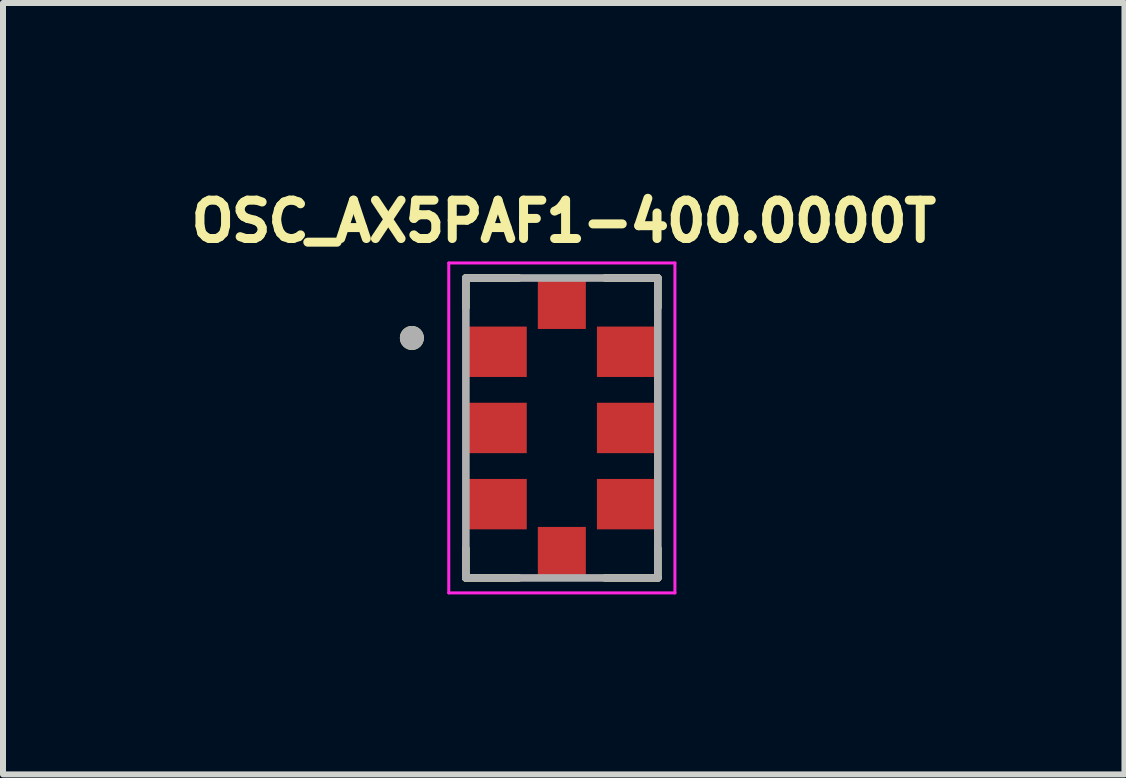
<source format=kicad_pcb>
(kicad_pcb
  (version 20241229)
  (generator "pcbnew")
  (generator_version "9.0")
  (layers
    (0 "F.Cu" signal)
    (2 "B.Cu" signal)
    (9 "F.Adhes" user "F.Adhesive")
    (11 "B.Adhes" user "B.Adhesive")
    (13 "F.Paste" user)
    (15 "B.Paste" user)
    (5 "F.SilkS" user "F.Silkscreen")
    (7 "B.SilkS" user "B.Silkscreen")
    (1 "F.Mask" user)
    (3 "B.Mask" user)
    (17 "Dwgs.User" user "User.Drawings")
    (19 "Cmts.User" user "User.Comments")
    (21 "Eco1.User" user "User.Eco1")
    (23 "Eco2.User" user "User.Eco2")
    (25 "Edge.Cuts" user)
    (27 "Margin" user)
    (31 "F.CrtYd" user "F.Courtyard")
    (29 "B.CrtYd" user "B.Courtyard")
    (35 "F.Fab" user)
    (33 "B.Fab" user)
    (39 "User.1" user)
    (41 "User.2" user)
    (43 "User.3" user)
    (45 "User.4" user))
  (footprint "OSC_AX5PAF1-400.0000T"
    (layer "F.Cu")
    (at 6.316 4.084)
    (property "Reference" "OSC_AX5PAF1-400.0000T" (at 0.032 -3.446 0) (layer "F.SilkS") (effects (font (size 0.64 0.64) (thickness 0.15))))
    (attr smd)
    (fp_line (start -1.6 -2.5) (end -1.6 -2.01) (stroke (width 0.127) (type solid)) (layer "F.SilkS"))
    (fp_line (start -1.6 2.01) (end -1.6 2.5) (stroke (width 0.127) (type solid)) (layer "F.SilkS"))
    (fp_line (start -1.6 2.5) (end -0.72 2.5) (stroke (width 0.127) (type solid)) (layer "F.SilkS"))
    (fp_line (start -0.72 -2.5) (end -1.6 -2.5) (stroke (width 0.127) (type solid)) (layer "F.SilkS"))
    (fp_line (start 0.72 2.5) (end 1.6 2.5) (stroke (width 0.127) (type solid)) (layer "F.SilkS"))
    (fp_line (start 1.6 -2.5) (end 0.72 -2.5) (stroke (width 0.127) (type solid)) (layer "F.SilkS"))
    (fp_line (start 1.6 -2.01) (end 1.6 -2.5) (stroke (width 0.127) (type solid)) (layer "F.SilkS"))
    (fp_line (start 1.6 2.5) (end 1.6 2.01) (stroke (width 0.127) (type solid)) (layer "F.SilkS"))
    (fp_circle (center -2.5 -1.5) (end -2.4 -1.5) (stroke (width 0.2) (type solid)) (fill no) (layer "F.SilkS"))
    (fp_line (start -1.885 -2.75) (end -1.885 2.75) (stroke (width 0.05) (type solid)) (layer "F.CrtYd"))
    (fp_line (start -1.885 2.75) (end 1.885 2.75) (stroke (width 0.05) (type solid)) (layer "F.CrtYd"))
    (fp_line (start 1.885 -2.75) (end -1.885 -2.75) (stroke (width 0.05) (type solid)) (layer "F.CrtYd"))
    (fp_line (start 1.885 2.75) (end 1.885 -2.75) (stroke (width 0.05) (type solid)) (layer "F.CrtYd"))
    (fp_line (start -1.6 -2.5) (end -1.6 2.5) (stroke (width 0.127) (type solid)) (layer "F.Fab"))
    (fp_line (start -1.6 2.5) (end 1.6 2.5) (stroke (width 0.127) (type solid)) (layer "F.Fab"))
    (fp_line (start 1.6 -2.5) (end -1.6 -2.5) (stroke (width 0.127) (type solid)) (layer "F.Fab"))
    (fp_line (start 1.6 2.5) (end 1.6 -2.5) (stroke (width 0.127) (type solid)) (layer "F.Fab"))
    (fp_circle (center -2.5 -1.5) (end -2.4 -1.5) (stroke (width 0.2) (type solid)) (fill no) (layer "F.Fab"))
    (pad "1" smd rect (at -1.11 -1.27) (size 1.05 0.84) (layers "F.Cu" "F.Mask" "F.Paste"))
    (pad "2" smd rect (at -1.11 0) (size 1.05 0.84) (layers "F.Cu" "F.Mask" "F.Paste"))
    (pad "3" smd rect (at -1.11 1.27) (size 1.05 0.84) (layers "F.Cu" "F.Mask" "F.Paste"))
    (pad "4" smd rect (at 1.11 1.27) (size 1.05 0.84) (layers "F.Cu" "F.Mask" "F.Paste"))
    (pad "5" smd rect (at 1.11 0) (size 1.05 0.84) (layers "F.Cu" "F.Mask" "F.Paste"))
    (pad "6" smd rect (at 1.11 -1.27) (size 1.05 0.84) (layers "F.Cu" "F.Mask" "F.Paste"))
    (pad "7" smd rect (at 0 -2.05) (size 0.8 0.8) (layers "F.Cu" "F.Mask" "F.Paste"))
    (pad "8" smd rect (at 0 2.05) (size 0.8 0.8) (layers "F.Cu" "F.Mask" "F.Paste")))
  (gr_rect
    (start -3 -3)
    (end 15.695 9.859)
    (stroke (width 0.1) (type default))
    (fill no)
    (layer "Edge.Cuts")))
</source>
